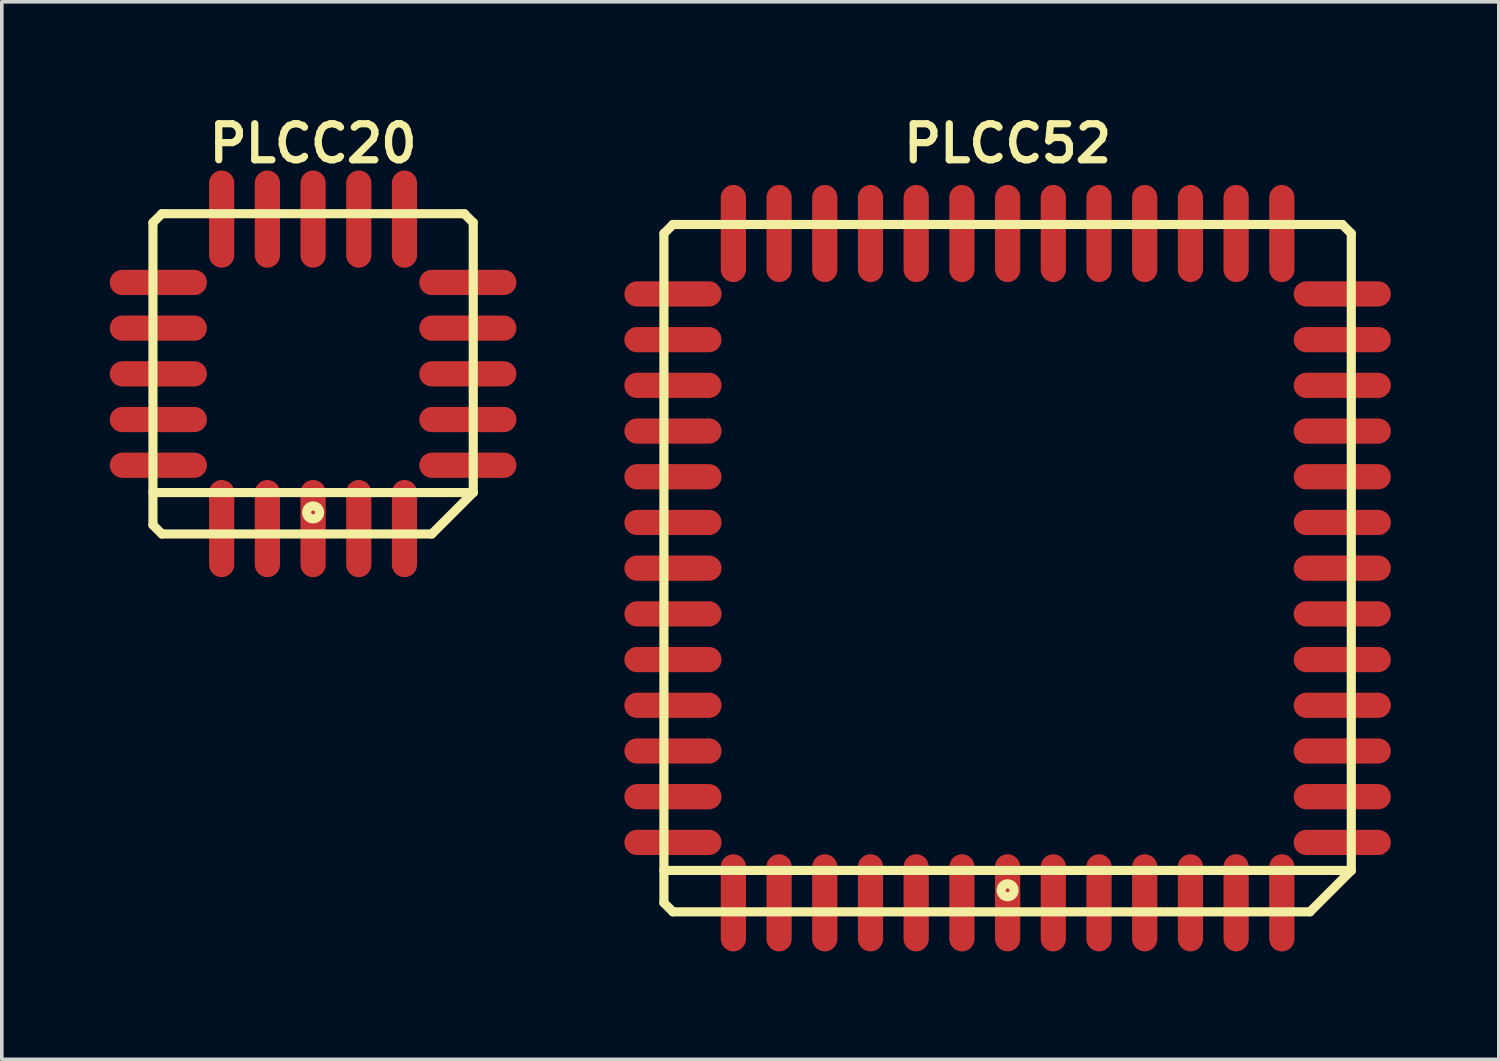
<source format=kicad_pcb>
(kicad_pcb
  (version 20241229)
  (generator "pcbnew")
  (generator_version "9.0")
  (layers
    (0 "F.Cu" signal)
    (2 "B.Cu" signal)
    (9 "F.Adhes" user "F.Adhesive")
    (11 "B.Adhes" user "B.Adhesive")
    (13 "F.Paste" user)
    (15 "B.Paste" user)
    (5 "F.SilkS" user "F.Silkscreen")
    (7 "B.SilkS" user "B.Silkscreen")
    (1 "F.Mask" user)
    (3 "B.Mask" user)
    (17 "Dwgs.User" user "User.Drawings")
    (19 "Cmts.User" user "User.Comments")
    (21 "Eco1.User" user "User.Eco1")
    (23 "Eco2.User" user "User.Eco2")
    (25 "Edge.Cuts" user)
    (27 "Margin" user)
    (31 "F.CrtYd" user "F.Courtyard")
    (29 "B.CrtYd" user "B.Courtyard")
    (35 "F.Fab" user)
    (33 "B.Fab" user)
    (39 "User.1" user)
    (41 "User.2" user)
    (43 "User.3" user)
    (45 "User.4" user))
  (footprint "PLCC52"
    (layer "F.Cu")
    (at 24.949 12.738)
    (property "Reference" "PLCC52" (at 0 -11.801 0) (layer "F.SilkS") (effects (font (size 1.001 1.001) (thickness 0.201))))
    (attr through_hole)
    (fp_line (start -9.55 -9.299) (end -9.299 -9.55) (stroke (width 0.254) (type solid)) (layer "F.SilkS"))
    (fp_line (start -9.55 9.299) (end -9.55 -9.299) (stroke (width 0.254) (type solid)) (layer "F.SilkS"))
    (fp_line (start -9.299 -9.55) (end 9.299 -9.55) (stroke (width 0.254) (type solid)) (layer "F.SilkS"))
    (fp_line (start -9.299 9.55) (end -9.55 9.299) (stroke (width 0.254) (type solid)) (layer "F.SilkS"))
    (fp_line (start 8.4 9.55) (end -9.299 9.55) (stroke (width 0.254) (type solid)) (layer "F.SilkS"))
    (fp_line (start 9.299 -9.55) (end 9.55 -9.299) (stroke (width 0.254) (type solid)) (layer "F.SilkS"))
    (fp_line (start 9.55 -9.299) (end 9.55 8.4) (stroke (width 0.254) (type solid)) (layer "F.SilkS"))
    (fp_line (start 9.55 8.4) (end -9.55 8.4) (stroke (width 0.254) (type solid)) (layer "F.SilkS"))
    (fp_line (start 9.55 8.4) (end 8.4 9.55) (stroke (width 0.254) (type solid)) (layer "F.SilkS"))
    (fp_circle (center 0 8.951) (end -0.15 9.05) (stroke (width 0.254) (type solid)) (fill no) (layer "F.SilkS"))
    (pad "1" smd oval (at 0 9.299) (size 0.701 2.7) (layers "F.Cu" "F.Mask" "F.Paste"))
    (pad "2" smd oval (at 1.27 9.299) (size 0.701 2.7) (layers "F.Cu" "F.Mask" "F.Paste"))
    (pad "3" smd oval (at 2.54 9.299) (size 0.701 2.7) (layers "F.Cu" "F.Mask" "F.Paste"))
    (pad "4" smd oval (at 3.81 9.299) (size 0.701 2.7) (layers "F.Cu" "F.Mask" "F.Paste"))
    (pad "5" smd oval (at 5.08 9.299) (size 0.701 2.7) (layers "F.Cu" "F.Mask" "F.Paste"))
    (pad "6" smd oval (at 6.35 9.299) (size 0.701 2.7) (layers "F.Cu" "F.Mask" "F.Paste"))
    (pad "7" smd oval (at 7.62 9.299) (size 0.701 2.7) (layers "F.Cu" "F.Mask" "F.Paste"))
    (pad "8" smd oval (at 9.299 7.62) (size 2.7 0.701) (layers "F.Cu" "F.Mask" "F.Paste"))
    (pad "9" smd oval (at 9.299 6.35) (size 2.7 0.701) (layers "F.Cu" "F.Mask" "F.Paste"))
    (pad "10" smd oval (at 9.299 5.08) (size 2.7 0.701) (layers "F.Cu" "F.Mask" "F.Paste"))
    (pad "11" smd oval (at 9.299 3.81) (size 2.7 0.701) (layers "F.Cu" "F.Mask" "F.Paste"))
    (pad "12" smd oval (at 9.299 2.54) (size 2.7 0.701) (layers "F.Cu" "F.Mask" "F.Paste"))
    (pad "13" smd oval (at 9.299 1.27) (size 2.7 0.701) (layers "F.Cu" "F.Mask" "F.Paste"))
    (pad "14" smd oval (at 9.299 0) (size 2.7 0.701) (layers "F.Cu" "F.Mask" "F.Paste"))
    (pad "15" smd oval (at 9.299 -1.27) (size 2.7 0.701) (layers "F.Cu" "F.Mask" "F.Paste"))
    (pad "16" smd oval (at 9.299 -2.54) (size 2.7 0.701) (layers "F.Cu" "F.Mask" "F.Paste"))
    (pad "17" smd oval (at 9.299 -3.81) (size 2.7 0.701) (layers "F.Cu" "F.Mask" "F.Paste"))
    (pad "18" smd oval (at 9.299 -5.08) (size 2.7 0.701) (layers "F.Cu" "F.Mask" "F.Paste"))
    (pad "19" smd oval (at 9.299 -6.35) (size 2.7 0.701) (layers "F.Cu" "F.Mask" "F.Paste"))
    (pad "20" smd oval (at 9.299 -7.62) (size 2.7 0.701) (layers "F.Cu" "F.Mask" "F.Paste"))
    (pad "21" smd oval (at 7.62 -9.299) (size 0.701 2.7) (layers "F.Cu" "F.Mask" "F.Paste"))
    (pad "22" smd oval (at 6.35 -9.299) (size 0.701 2.7) (layers "F.Cu" "F.Mask" "F.Paste"))
    (pad "23" smd oval (at 5.08 -9.299) (size 0.701 2.7) (layers "F.Cu" "F.Mask" "F.Paste"))
    (pad "24" smd oval (at 3.81 -9.299) (size 0.701 2.7) (layers "F.Cu" "F.Mask" "F.Paste"))
    (pad "25" smd oval (at 2.54 -9.299) (size 0.701 2.7) (layers "F.Cu" "F.Mask" "F.Paste"))
    (pad "26" smd oval (at 1.27 -9.299) (size 0.701 2.7) (layers "F.Cu" "F.Mask" "F.Paste"))
    (pad "27" smd oval (at 0 -9.299) (size 0.701 2.7) (layers "F.Cu" "F.Mask" "F.Paste"))
    (pad "28" smd oval (at -1.27 -9.299) (size 0.701 2.7) (layers "F.Cu" "F.Mask" "F.Paste"))
    (pad "29" smd oval (at -2.54 -9.299) (size 0.701 2.7) (layers "F.Cu" "F.Mask" "F.Paste"))
    (pad "30" smd oval (at -3.81 -9.299) (size 0.701 2.7) (layers "F.Cu" "F.Mask" "F.Paste"))
    (pad "31" smd oval (at -5.08 -9.299) (size 0.701 2.7) (layers "F.Cu" "F.Mask" "F.Paste"))
    (pad "32" smd oval (at -6.35 -9.299) (size 0.701 2.7) (layers "F.Cu" "F.Mask" "F.Paste"))
    (pad "33" smd oval (at -7.62 -9.299) (size 0.701 2.7) (layers "F.Cu" "F.Mask" "F.Paste"))
    (pad "34" smd oval (at -9.299 -7.62) (size 2.7 0.701) (layers "F.Cu" "F.Mask" "F.Paste"))
    (pad "35" smd oval (at -9.299 -6.35) (size 2.7 0.701) (layers "F.Cu" "F.Mask" "F.Paste"))
    (pad "36" smd oval (at -9.299 -5.08) (size 2.7 0.701) (layers "F.Cu" "F.Mask" "F.Paste"))
    (pad "37" smd oval (at -9.299 -3.81) (size 2.7 0.701) (layers "F.Cu" "F.Mask" "F.Paste"))
    (pad "38" smd oval (at -9.299 -2.54) (size 2.7 0.701) (layers "F.Cu" "F.Mask" "F.Paste"))
    (pad "39" smd oval (at -9.299 -1.27) (size 2.7 0.701) (layers "F.Cu" "F.Mask" "F.Paste"))
    (pad "40" smd oval (at -9.299 0) (size 2.7 0.701) (layers "F.Cu" "F.Mask" "F.Paste"))
    (pad "41" smd oval (at -9.299 1.27) (size 2.7 0.701) (layers "F.Cu" "F.Mask" "F.Paste"))
    (pad "42" smd oval (at -9.299 2.54) (size 2.7 0.701) (layers "F.Cu" "F.Mask" "F.Paste"))
    (pad "43" smd oval (at -9.299 3.81) (size 2.7 0.701) (layers "F.Cu" "F.Mask" "F.Paste"))
    (pad "44" smd oval (at -9.299 5.08) (size 2.7 0.701) (layers "F.Cu" "F.Mask" "F.Paste"))
    (pad "45" smd oval (at -9.299 6.35) (size 2.7 0.701) (layers "F.Cu" "F.Mask" "F.Paste"))
    (pad "46" smd oval (at -9.299 7.62) (size 2.7 0.701) (layers "F.Cu" "F.Mask" "F.Paste"))
    (pad "47" smd oval (at -7.62 9.299) (size 0.701 2.7) (layers "F.Cu" "F.Mask" "F.Paste"))
    (pad "48" smd oval (at -6.35 9.299) (size 0.701 2.7) (layers "F.Cu" "F.Mask" "F.Paste"))
    (pad "49" smd oval (at -5.08 9.299) (size 0.701 2.7) (layers "F.Cu" "F.Mask" "F.Paste"))
    (pad "50" smd oval (at -3.81 9.299) (size 0.701 2.7) (layers "F.Cu" "F.Mask" "F.Paste"))
    (pad "51" smd oval (at -2.54 9.299) (size 0.701 2.7) (layers "F.Cu" "F.Mask" "F.Paste"))
    (pad "52" smd oval (at -1.27 9.299) (size 0.701 2.7) (layers "F.Cu" "F.Mask" "F.Paste")))
  (footprint "PLCC20"
    (layer "F.Cu")
    (at 5.65 7.338)
    (property "Reference" "PLCC20" (at 0 -6.401 0) (layer "F.SilkS") (effects (font (size 1.001 1.001) (thickness 0.201))))
    (attr through_hole)
    (fp_line (start -4.45 -4.201) (end -4.45 4.201) (stroke (width 0.254) (type solid)) (layer "F.SilkS"))
    (fp_line (start -4.45 4.201) (end -4.201 4.45) (stroke (width 0.254) (type solid)) (layer "F.SilkS"))
    (fp_line (start -4.201 -4.45) (end -4.45 -4.201) (stroke (width 0.254) (type solid)) (layer "F.SilkS"))
    (fp_line (start -4.201 4.45) (end 3.299 4.45) (stroke (width 0.254) (type solid)) (layer "F.SilkS"))
    (fp_line (start 3.299 4.45) (end 4.45 3.299) (stroke (width 0.254) (type solid)) (layer "F.SilkS"))
    (fp_line (start 4.201 -4.45) (end -4.201 -4.45) (stroke (width 0.254) (type solid)) (layer "F.SilkS"))
    (fp_line (start 4.45 -4.201) (end 4.201 -4.45) (stroke (width 0.254) (type solid)) (layer "F.SilkS"))
    (fp_line (start 4.45 3.299) (end -4.45 3.299) (stroke (width 0.254) (type solid)) (layer "F.SilkS"))
    (fp_line (start 4.45 3.299) (end 4.45 -4.201) (stroke (width 0.254) (type solid)) (layer "F.SilkS"))
    (fp_circle (center 0 3.851) (end -0.15 3.95) (stroke (width 0.254) (type solid)) (fill no) (layer "F.SilkS"))
    (pad "1" smd oval (at 0 4.3) (size 0.701 2.7) (layers "F.Cu" "F.Mask" "F.Paste"))
    (pad "2" smd oval (at 1.27 4.3) (size 0.701 2.7) (layers "F.Cu" "F.Mask" "F.Paste"))
    (pad "3" smd oval (at 2.54 4.3) (size 0.701 2.7) (layers "F.Cu" "F.Mask" "F.Paste"))
    (pad "4" smd oval (at 4.3 2.54) (size 2.7 0.701) (layers "F.Cu" "F.Mask" "F.Paste"))
    (pad "5" smd oval (at 4.3 1.27) (size 2.7 0.701) (layers "F.Cu" "F.Mask" "F.Paste"))
    (pad "6" smd oval (at 4.3 0) (size 2.7 0.701) (layers "F.Cu" "F.Mask" "F.Paste"))
    (pad "7" smd oval (at 4.3 -1.27) (size 2.7 0.701) (layers "F.Cu" "F.Mask" "F.Paste"))
    (pad "8" smd oval (at 4.3 -2.54) (size 2.7 0.701) (layers "F.Cu" "F.Mask" "F.Paste"))
    (pad "9" smd oval (at 2.54 -4.3) (size 0.701 2.7) (layers "F.Cu" "F.Mask" "F.Paste"))
    (pad "10" smd oval (at 1.27 -4.3) (size 0.701 2.7) (layers "F.Cu" "F.Mask" "F.Paste"))
    (pad "11" smd oval (at 0 -4.3) (size 0.701 2.7) (layers "F.Cu" "F.Mask" "F.Paste"))
    (pad "12" smd oval (at -1.27 -4.3) (size 0.701 2.7) (layers "F.Cu" "F.Mask" "F.Paste"))
    (pad "13" smd oval (at -2.54 -4.3) (size 0.701 2.7) (layers "F.Cu" "F.Mask" "F.Paste"))
    (pad "14" smd oval (at -4.3 -2.54) (size 2.7 0.701) (layers "F.Cu" "F.Mask" "F.Paste"))
    (pad "15" smd oval (at -4.3 -1.27) (size 2.7 0.701) (layers "F.Cu" "F.Mask" "F.Paste"))
    (pad "16" smd oval (at -4.3 0) (size 2.7 0.701) (layers "F.Cu" "F.Mask" "F.Paste"))
    (pad "17" smd oval (at -4.3 1.27) (size 2.7 0.701) (layers "F.Cu" "F.Mask" "F.Paste"))
    (pad "18" smd oval (at -4.3 2.54) (size 2.7 0.701) (layers "F.Cu" "F.Mask" "F.Paste"))
    (pad "19" smd oval (at -2.54 4.3) (size 0.701 2.7) (layers "F.Cu" "F.Mask" "F.Paste"))
    (pad "20" smd oval (at -1.27 4.3) (size 0.701 2.7) (layers "F.Cu" "F.Mask" "F.Paste")))
  (gr_rect
    (start -3 -3)
    (end 38.598 26.387)
    (stroke (width 0.1) (type default))
    (fill no)
    (layer "Edge.Cuts")))
</source>
